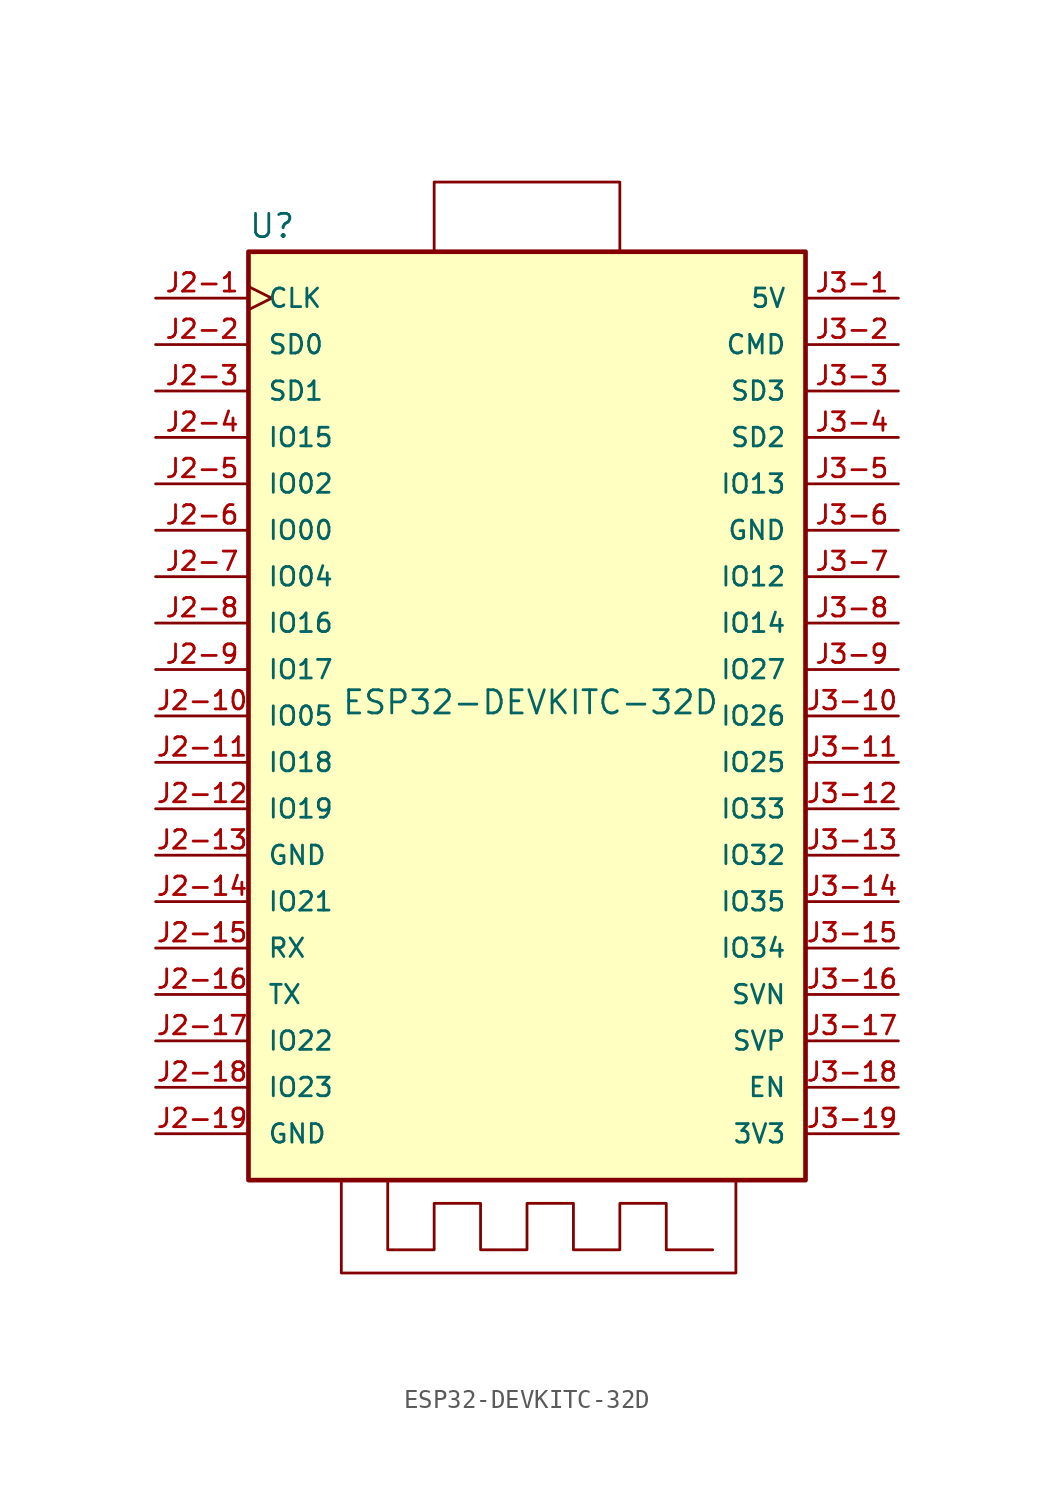
<source format=kicad_sym>
(kicad_symbol_lib
  (version 20231120)
  (generator "kicad_symbol_editor")
  (generator_version "8.0")
  (symbol "ESP32-DEVKITC-32D"
    (pin_names
      (offset 1.016))
    (property "Reference" "U"
      (at -15.257 26.064 0)
      (effects (font (size 1.27 1.27)) (justify left bottom)))
    (property "Value" "ESP32-DEVKITC-32D"
      (at -10.16 0 0)
      (effects (font (size 1.27 1.27)) (justify left bottom)))
    (symbol "ESP32-DEVKITC-32D_0_0"
      (rectangle (start -15.24 25.4) (end 15.24 -25.4) (stroke (width 0.254) (type default)) (fill (type background))))
    (symbol "ESP32-DEVKITC-32D_0_1"
      (rectangle (start -10.16 -25.4) (end 11.43 -30.48) (stroke (width 0) (type default)) (fill (type none)))
      (rectangle (start -5.08 29.21) (end 5.08 25.4) (stroke (width 0) (type default)) (fill (type none)))
      (polyline (pts (xy -7.62 -25.4) (xy -7.62 -29.21) (xy -5.08 -29.21) (xy -5.08 -26.67) (xy -2.54 -26.67) (xy -2.54 -29.21) (xy 0 -29.21) (xy 0 -26.67) (xy 2.54 -26.67) (xy 2.54 -29.21) (xy 5.08 -29.21) (xy 5.08 -26.67) (xy 7.62 -26.67) (xy 7.62 -29.21) (xy 10.16 -29.21) (xy 10.16 -29.21) (xy 10.16 -29.21)) (stroke (width 0) (type default)) (fill (type none))))
    (symbol "ESP32-DEVKITC-32D_1_0"
      (pin bidirectional clock (at -20.32 22.86 0) (length 5.08) (name "CLK" (effects (font (size 1.016 1.016)))) (number "J2-1" (effects (font (size 1.016 1.016)))))
      (pin bidirectional line (at -20.32 0 0) (length 5.08) (name "IO05" (effects (font (size 1.016 1.016)))) (number "J2-10" (effects (font (size 1.016 1.016)))))
      (pin bidirectional line (at -20.32 -2.54 0) (length 5.08) (name "IO18" (effects (font (size 1.016 1.016)))) (number "J2-11" (effects (font (size 1.016 1.016)))))
      (pin bidirectional line (at -20.32 -5.08 0) (length 5.08) (name "IO19" (effects (font (size 1.016 1.016)))) (number "J2-12" (effects (font (size 1.016 1.016)))))
      (pin power_in line (at -20.32 -7.62 0) (length 5.08) (name "GND" (effects (font (size 1.016 1.016)))) (number "J2-13" (effects (font (size 1.016 1.016)))))
      (pin bidirectional line (at -20.32 -10.16 0) (length 5.08) (name "IO21" (effects (font (size 1.016 1.016)))) (number "J2-14" (effects (font (size 1.016 1.016)))))
      (pin bidirectional line (at -20.32 -12.7 0) (length 5.08) (name "RX" (effects (font (size 1.016 1.016)))) (number "J2-15" (effects (font (size 1.016 1.016)))))
      (pin bidirectional line (at -20.32 -15.24 0) (length 5.08) (name "TX" (effects (font (size 1.016 1.016)))) (number "J2-16" (effects (font (size 1.016 1.016)))))
      (pin bidirectional line (at -20.32 -17.78 0) (length 5.08) (name "IO22" (effects (font (size 1.016 1.016)))) (number "J2-17" (effects (font (size 1.016 1.016)))))
      (pin bidirectional line (at -20.32 -20.32 0) (length 5.08) (name "IO23" (effects (font (size 1.016 1.016)))) (number "J2-18" (effects (font (size 1.016 1.016)))))
      (pin power_in line (at -20.32 -22.86 0) (length 5.08) (name "GND" (effects (font (size 1.016 1.016)))) (number "J2-19" (effects (font (size 1.016 1.016)))))
      (pin bidirectional line (at -20.32 20.32 0) (length 5.08) (name "SD0" (effects (font (size 1.016 1.016)))) (number "J2-2" (effects (font (size 1.016 1.016)))))
      (pin bidirectional line (at -20.32 17.78 0) (length 5.08) (name "SD1" (effects (font (size 1.016 1.016)))) (number "J2-3" (effects (font (size 1.016 1.016)))))
      (pin bidirectional line (at -20.32 15.24 0) (length 5.08) (name "IO15" (effects (font (size 1.016 1.016)))) (number "J2-4" (effects (font (size 1.016 1.016)))))
      (pin bidirectional line (at -20.32 12.7 0) (length 5.08) (name "IO02" (effects (font (size 1.016 1.016)))) (number "J2-5" (effects (font (size 1.016 1.016)))))
      (pin bidirectional line (at -20.32 10.16 0) (length 5.08) (name "IO00" (effects (font (size 1.016 1.016)))) (number "J2-6" (effects (font (size 1.016 1.016)))))
      (pin bidirectional line (at -20.32 7.62 0) (length 5.08) (name "IO04" (effects (font (size 1.016 1.016)))) (number "J2-7" (effects (font (size 1.016 1.016)))))
      (pin bidirectional line (at -20.32 5.08 0) (length 5.08) (name "IO16" (effects (font (size 1.016 1.016)))) (number "J2-8" (effects (font (size 1.016 1.016)))))
      (pin bidirectional line (at -20.32 2.54 0) (length 5.08) (name "IO17" (effects (font (size 1.016 1.016)))) (number "J2-9" (effects (font (size 1.016 1.016)))))
      (pin power_in line (at 20.32 22.86 180) (length 5.08) (name "5V" (effects (font (size 1.016 1.016)))) (number "J3-1" (effects (font (size 1.016 1.016)))))
      (pin bidirectional line (at 20.32 0 180) (length 5.08) (name "IO26" (effects (font (size 1.016 1.016)))) (number "J3-10" (effects (font (size 1.016 1.016)))))
      (pin bidirectional line (at 20.32 -2.54 180) (length 5.08) (name "IO25" (effects (font (size 1.016 1.016)))) (number "J3-11" (effects (font (size 1.016 1.016)))))
      (pin bidirectional line (at 20.32 -5.08 180) (length 5.08) (name "IO33" (effects (font (size 1.016 1.016)))) (number "J3-12" (effects (font (size 1.016 1.016)))))
      (pin bidirectional line (at 20.32 -7.62 180) (length 5.08) (name "IO32" (effects (font (size 1.016 1.016)))) (number "J3-13" (effects (font (size 1.016 1.016)))))
      (pin bidirectional line (at 20.32 -10.16 180) (length 5.08) (name "IO35" (effects (font (size 1.016 1.016)))) (number "J3-14" (effects (font (size 1.016 1.016)))))
      (pin bidirectional line (at 20.32 -12.7 180) (length 5.08) (name "IO34" (effects (font (size 1.016 1.016)))) (number "J3-15" (effects (font (size 1.016 1.016)))))
      (pin input line (at 20.32 -15.24 180) (length 5.08) (name "SVN" (effects (font (size 1.016 1.016)))) (number "J3-16" (effects (font (size 1.016 1.016)))))
      (pin input line (at 20.32 -17.78 180) (length 5.08) (name "SVP" (effects (font (size 1.016 1.016)))) (number "J3-17" (effects (font (size 1.016 1.016)))))
      (pin input line (at 20.32 -20.32 180) (length 5.08) (name "EN" (effects (font (size 1.016 1.016)))) (number "J3-18" (effects (font (size 1.016 1.016)))))
      (pin power_out line (at 20.32 -22.86 180) (length 5.08) (name "3V3" (effects (font (size 1.016 1.016)))) (number "J3-19" (effects (font (size 1.016 1.016)))))
      (pin bidirectional line (at 20.32 20.32 180) (length 5.08) (name "CMD" (effects (font (size 1.016 1.016)))) (number "J3-2" (effects (font (size 1.016 1.016)))))
      (pin bidirectional line (at 20.32 17.78 180) (length 5.08) (name "SD3" (effects (font (size 1.016 1.016)))) (number "J3-3" (effects (font (size 1.016 1.016)))))
      (pin bidirectional line (at 20.32 15.24 180) (length 5.08) (name "SD2" (effects (font (size 1.016 1.016)))) (number "J3-4" (effects (font (size 1.016 1.016)))))
      (pin bidirectional line (at 20.32 12.7 180) (length 5.08) (name "IO13" (effects (font (size 1.016 1.016)))) (number "J3-5" (effects (font (size 1.016 1.016)))))
      (pin power_in line (at 20.32 10.16 180) (length 5.08) (name "GND" (effects (font (size 1.016 1.016)))) (number "J3-6" (effects (font (size 1.016 1.016)))))
      (pin bidirectional line (at 20.32 7.62 180) (length 5.08) (name "IO12" (effects (font (size 1.016 1.016)))) (number "J3-7" (effects (font (size 1.016 1.016)))))
      (pin bidirectional line (at 20.32 5.08 180) (length 5.08) (name "IO14" (effects (font (size 1.016 1.016)))) (number "J3-8" (effects (font (size 1.016 1.016)))))
      (pin bidirectional line (at 20.32 2.54 180) (length 5.08) (name "IO27" (effects (font (size 1.016 1.016)))) (number "J3-9" (effects (font (size 1.016 1.016))))))))
</source>
